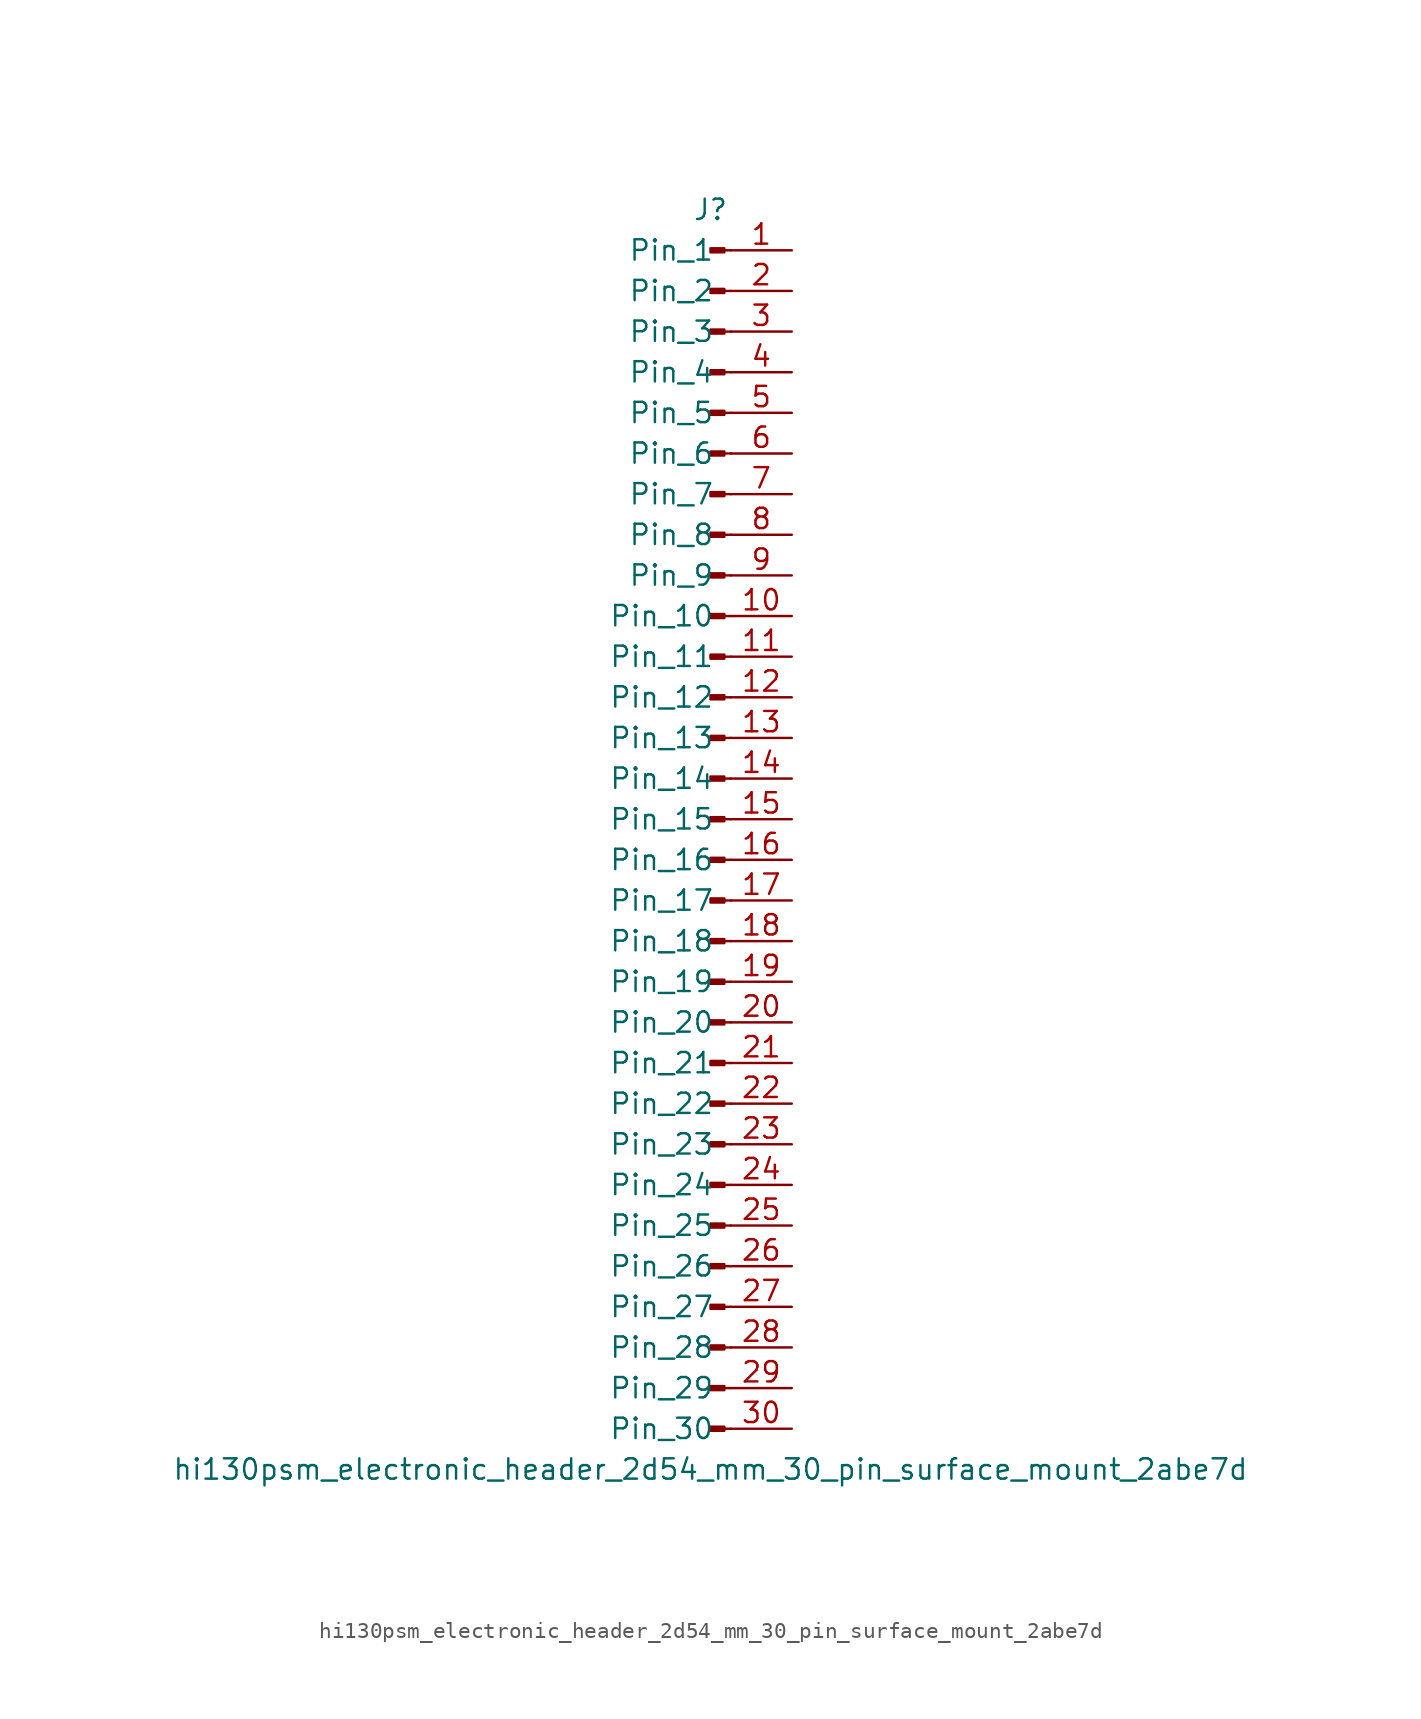
<source format=kicad_sym>
(kicad_symbol_lib
  (version 20220914)
  (generator kicad_symbol_editor)
  (symbol "hi130psm_electronic_header_2d54_mm_30_pin_surface_mount_2abe7d"
    (pin_names
      (offset 1.016))
    (property "Reference" "J"
      (at 0 38.1 0)
      (effects (font (size 1.27 1.27))))
    (property "Value" "hi130psm_electronic_header_2d54_mm_30_pin_surface_mount_2abe7d"
      (at 0 -40.64 0)
      (effects (font (size 1.27 1.27))))
    (property "ki_locked" ""
      (at 0 0 0)
      (effects (font (size 1.27 1.27))))
    (symbol "hi130psm_electronic_header_2d54_mm_30_pin_surface_mount_2abe7d_1_1"
      (polyline (pts (xy 1.27 -38.1) (xy 0.864 -38.1)) (stroke (width 0.152) (type default)) (fill (type none)))
      (polyline (pts (xy 1.27 -35.56) (xy 0.864 -35.56)) (stroke (width 0.152) (type default)) (fill (type none)))
      (polyline (pts (xy 1.27 -33.02) (xy 0.864 -33.02)) (stroke (width 0.152) (type default)) (fill (type none)))
      (polyline (pts (xy 1.27 -30.48) (xy 0.864 -30.48)) (stroke (width 0.152) (type default)) (fill (type none)))
      (polyline (pts (xy 1.27 -27.94) (xy 0.864 -27.94)) (stroke (width 0.152) (type default)) (fill (type none)))
      (polyline (pts (xy 1.27 -25.4) (xy 0.864 -25.4)) (stroke (width 0.152) (type default)) (fill (type none)))
      (polyline (pts (xy 1.27 -22.86) (xy 0.864 -22.86)) (stroke (width 0.152) (type default)) (fill (type none)))
      (polyline (pts (xy 1.27 -20.32) (xy 0.864 -20.32)) (stroke (width 0.152) (type default)) (fill (type none)))
      (polyline (pts (xy 1.27 -17.78) (xy 0.864 -17.78)) (stroke (width 0.152) (type default)) (fill (type none)))
      (polyline (pts (xy 1.27 -15.24) (xy 0.864 -15.24)) (stroke (width 0.152) (type default)) (fill (type none)))
      (polyline (pts (xy 1.27 -12.7) (xy 0.864 -12.7)) (stroke (width 0.152) (type default)) (fill (type none)))
      (polyline (pts (xy 1.27 -10.16) (xy 0.864 -10.16)) (stroke (width 0.152) (type default)) (fill (type none)))
      (polyline (pts (xy 1.27 -7.62) (xy 0.864 -7.62)) (stroke (width 0.152) (type default)) (fill (type none)))
      (polyline (pts (xy 1.27 -5.08) (xy 0.864 -5.08)) (stroke (width 0.152) (type default)) (fill (type none)))
      (polyline (pts (xy 1.27 -2.54) (xy 0.864 -2.54)) (stroke (width 0.152) (type default)) (fill (type none)))
      (polyline (pts (xy 1.27 0) (xy 0.864 0)) (stroke (width 0.152) (type default)) (fill (type none)))
      (polyline (pts (xy 1.27 2.54) (xy 0.864 2.54)) (stroke (width 0.152) (type default)) (fill (type none)))
      (polyline (pts (xy 1.27 5.08) (xy 0.864 5.08)) (stroke (width 0.152) (type default)) (fill (type none)))
      (polyline (pts (xy 1.27 7.62) (xy 0.864 7.62)) (stroke (width 0.152) (type default)) (fill (type none)))
      (polyline (pts (xy 1.27 10.16) (xy 0.864 10.16)) (stroke (width 0.152) (type default)) (fill (type none)))
      (polyline (pts (xy 1.27 12.7) (xy 0.864 12.7)) (stroke (width 0.152) (type default)) (fill (type none)))
      (polyline (pts (xy 1.27 15.24) (xy 0.864 15.24)) (stroke (width 0.152) (type default)) (fill (type none)))
      (polyline (pts (xy 1.27 17.78) (xy 0.864 17.78)) (stroke (width 0.152) (type default)) (fill (type none)))
      (polyline (pts (xy 1.27 20.32) (xy 0.864 20.32)) (stroke (width 0.152) (type default)) (fill (type none)))
      (polyline (pts (xy 1.27 22.86) (xy 0.864 22.86)) (stroke (width 0.152) (type default)) (fill (type none)))
      (polyline (pts (xy 1.27 25.4) (xy 0.864 25.4)) (stroke (width 0.152) (type default)) (fill (type none)))
      (polyline (pts (xy 1.27 27.94) (xy 0.864 27.94)) (stroke (width 0.152) (type default)) (fill (type none)))
      (polyline (pts (xy 1.27 30.48) (xy 0.864 30.48)) (stroke (width 0.152) (type default)) (fill (type none)))
      (polyline (pts (xy 1.27 33.02) (xy 0.864 33.02)) (stroke (width 0.152) (type default)) (fill (type none)))
      (polyline (pts (xy 1.27 35.56) (xy 0.864 35.56)) (stroke (width 0.152) (type default)) (fill (type none)))
      (rectangle (start 0.864 -37.973) (end 0 -38.227) (stroke (width 0.152) (type default)) (fill (type outline)))
      (rectangle (start 0.864 -35.433) (end 0 -35.687) (stroke (width 0.152) (type default)) (fill (type outline)))
      (rectangle (start 0.864 -32.893) (end 0 -33.147) (stroke (width 0.152) (type default)) (fill (type outline)))
      (rectangle (start 0.864 -30.353) (end 0 -30.607) (stroke (width 0.152) (type default)) (fill (type outline)))
      (rectangle (start 0.864 -27.813) (end 0 -28.067) (stroke (width 0.152) (type default)) (fill (type outline)))
      (rectangle (start 0.864 -25.273) (end 0 -25.527) (stroke (width 0.152) (type default)) (fill (type outline)))
      (rectangle (start 0.864 -22.733) (end 0 -22.987) (stroke (width 0.152) (type default)) (fill (type outline)))
      (rectangle (start 0.864 -20.193) (end 0 -20.447) (stroke (width 0.152) (type default)) (fill (type outline)))
      (rectangle (start 0.864 -17.653) (end 0 -17.907) (stroke (width 0.152) (type default)) (fill (type outline)))
      (rectangle (start 0.864 -15.113) (end 0 -15.367) (stroke (width 0.152) (type default)) (fill (type outline)))
      (rectangle (start 0.864 -12.573) (end 0 -12.827) (stroke (width 0.152) (type default)) (fill (type outline)))
      (rectangle (start 0.864 -10.033) (end 0 -10.287) (stroke (width 0.152) (type default)) (fill (type outline)))
      (rectangle (start 0.864 -7.493) (end 0 -7.747) (stroke (width 0.152) (type default)) (fill (type outline)))
      (rectangle (start 0.864 -4.953) (end 0 -5.207) (stroke (width 0.152) (type default)) (fill (type outline)))
      (rectangle (start 0.864 -2.413) (end 0 -2.667) (stroke (width 0.152) (type default)) (fill (type outline)))
      (rectangle (start 0.864 0.127) (end 0 -0.127) (stroke (width 0.152) (type default)) (fill (type outline)))
      (rectangle (start 0.864 2.667) (end 0 2.413) (stroke (width 0.152) (type default)) (fill (type outline)))
      (rectangle (start 0.864 5.207) (end 0 4.953) (stroke (width 0.152) (type default)) (fill (type outline)))
      (rectangle (start 0.864 7.747) (end 0 7.493) (stroke (width 0.152) (type default)) (fill (type outline)))
      (rectangle (start 0.864 10.287) (end 0 10.033) (stroke (width 0.152) (type default)) (fill (type outline)))
      (rectangle (start 0.864 12.827) (end 0 12.573) (stroke (width 0.152) (type default)) (fill (type outline)))
      (rectangle (start 0.864 15.367) (end 0 15.113) (stroke (width 0.152) (type default)) (fill (type outline)))
      (rectangle (start 0.864 17.907) (end 0 17.653) (stroke (width 0.152) (type default)) (fill (type outline)))
      (rectangle (start 0.864 20.447) (end 0 20.193) (stroke (width 0.152) (type default)) (fill (type outline)))
      (rectangle (start 0.864 22.987) (end 0 22.733) (stroke (width 0.152) (type default)) (fill (type outline)))
      (rectangle (start 0.864 25.527) (end 0 25.273) (stroke (width 0.152) (type default)) (fill (type outline)))
      (rectangle (start 0.864 28.067) (end 0 27.813) (stroke (width 0.152) (type default)) (fill (type outline)))
      (rectangle (start 0.864 30.607) (end 0 30.353) (stroke (width 0.152) (type default)) (fill (type outline)))
      (rectangle (start 0.864 33.147) (end 0 32.893) (stroke (width 0.152) (type default)) (fill (type outline)))
      (rectangle (start 0.864 35.687) (end 0 35.433) (stroke (width 0.152) (type default)) (fill (type outline)))
      (pin passive line (at 5.08 35.56 180) (length 3.81) (name "Pin_1" (effects (font (size 1.27 1.27)))) (number "1" (effects (font (size 1.27 1.27)))))
      (pin passive line (at 5.08 12.7 180) (length 3.81) (name "Pin_10" (effects (font (size 1.27 1.27)))) (number "10" (effects (font (size 1.27 1.27)))))
      (pin passive line (at 5.08 10.16 180) (length 3.81) (name "Pin_11" (effects (font (size 1.27 1.27)))) (number "11" (effects (font (size 1.27 1.27)))))
      (pin passive line (at 5.08 7.62 180) (length 3.81) (name "Pin_12" (effects (font (size 1.27 1.27)))) (number "12" (effects (font (size 1.27 1.27)))))
      (pin passive line (at 5.08 5.08 180) (length 3.81) (name "Pin_13" (effects (font (size 1.27 1.27)))) (number "13" (effects (font (size 1.27 1.27)))))
      (pin passive line (at 5.08 2.54 180) (length 3.81) (name "Pin_14" (effects (font (size 1.27 1.27)))) (number "14" (effects (font (size 1.27 1.27)))))
      (pin passive line (at 5.08 0 180) (length 3.81) (name "Pin_15" (effects (font (size 1.27 1.27)))) (number "15" (effects (font (size 1.27 1.27)))))
      (pin passive line (at 5.08 -2.54 180) (length 3.81) (name "Pin_16" (effects (font (size 1.27 1.27)))) (number "16" (effects (font (size 1.27 1.27)))))
      (pin passive line (at 5.08 -5.08 180) (length 3.81) (name "Pin_17" (effects (font (size 1.27 1.27)))) (number "17" (effects (font (size 1.27 1.27)))))
      (pin passive line (at 5.08 -7.62 180) (length 3.81) (name "Pin_18" (effects (font (size 1.27 1.27)))) (number "18" (effects (font (size 1.27 1.27)))))
      (pin passive line (at 5.08 -10.16 180) (length 3.81) (name "Pin_19" (effects (font (size 1.27 1.27)))) (number "19" (effects (font (size 1.27 1.27)))))
      (pin passive line (at 5.08 33.02 180) (length 3.81) (name "Pin_2" (effects (font (size 1.27 1.27)))) (number "2" (effects (font (size 1.27 1.27)))))
      (pin passive line (at 5.08 -12.7 180) (length 3.81) (name "Pin_20" (effects (font (size 1.27 1.27)))) (number "20" (effects (font (size 1.27 1.27)))))
      (pin passive line (at 5.08 -15.24 180) (length 3.81) (name "Pin_21" (effects (font (size 1.27 1.27)))) (number "21" (effects (font (size 1.27 1.27)))))
      (pin passive line (at 5.08 -17.78 180) (length 3.81) (name "Pin_22" (effects (font (size 1.27 1.27)))) (number "22" (effects (font (size 1.27 1.27)))))
      (pin passive line (at 5.08 -20.32 180) (length 3.81) (name "Pin_23" (effects (font (size 1.27 1.27)))) (number "23" (effects (font (size 1.27 1.27)))))
      (pin passive line (at 5.08 -22.86 180) (length 3.81) (name "Pin_24" (effects (font (size 1.27 1.27)))) (number "24" (effects (font (size 1.27 1.27)))))
      (pin passive line (at 5.08 -25.4 180) (length 3.81) (name "Pin_25" (effects (font (size 1.27 1.27)))) (number "25" (effects (font (size 1.27 1.27)))))
      (pin passive line (at 5.08 -27.94 180) (length 3.81) (name "Pin_26" (effects (font (size 1.27 1.27)))) (number "26" (effects (font (size 1.27 1.27)))))
      (pin passive line (at 5.08 -30.48 180) (length 3.81) (name "Pin_27" (effects (font (size 1.27 1.27)))) (number "27" (effects (font (size 1.27 1.27)))))
      (pin passive line (at 5.08 -33.02 180) (length 3.81) (name "Pin_28" (effects (font (size 1.27 1.27)))) (number "28" (effects (font (size 1.27 1.27)))))
      (pin passive line (at 5.08 -35.56 180) (length 3.81) (name "Pin_29" (effects (font (size 1.27 1.27)))) (number "29" (effects (font (size 1.27 1.27)))))
      (pin passive line (at 5.08 30.48 180) (length 3.81) (name "Pin_3" (effects (font (size 1.27 1.27)))) (number "3" (effects (font (size 1.27 1.27)))))
      (pin passive line (at 5.08 -38.1 180) (length 3.81) (name "Pin_30" (effects (font (size 1.27 1.27)))) (number "30" (effects (font (size 1.27 1.27)))))
      (pin passive line (at 5.08 27.94 180) (length 3.81) (name "Pin_4" (effects (font (size 1.27 1.27)))) (number "4" (effects (font (size 1.27 1.27)))))
      (pin passive line (at 5.08 25.4 180) (length 3.81) (name "Pin_5" (effects (font (size 1.27 1.27)))) (number "5" (effects (font (size 1.27 1.27)))))
      (pin passive line (at 5.08 22.86 180) (length 3.81) (name "Pin_6" (effects (font (size 1.27 1.27)))) (number "6" (effects (font (size 1.27 1.27)))))
      (pin passive line (at 5.08 20.32 180) (length 3.81) (name "Pin_7" (effects (font (size 1.27 1.27)))) (number "7" (effects (font (size 1.27 1.27)))))
      (pin passive line (at 5.08 17.78 180) (length 3.81) (name "Pin_8" (effects (font (size 1.27 1.27)))) (number "8" (effects (font (size 1.27 1.27)))))
      (pin passive line (at 5.08 15.24 180) (length 3.81) (name "Pin_9" (effects (font (size 1.27 1.27)))) (number "9" (effects (font (size 1.27 1.27))))))))
</source>
